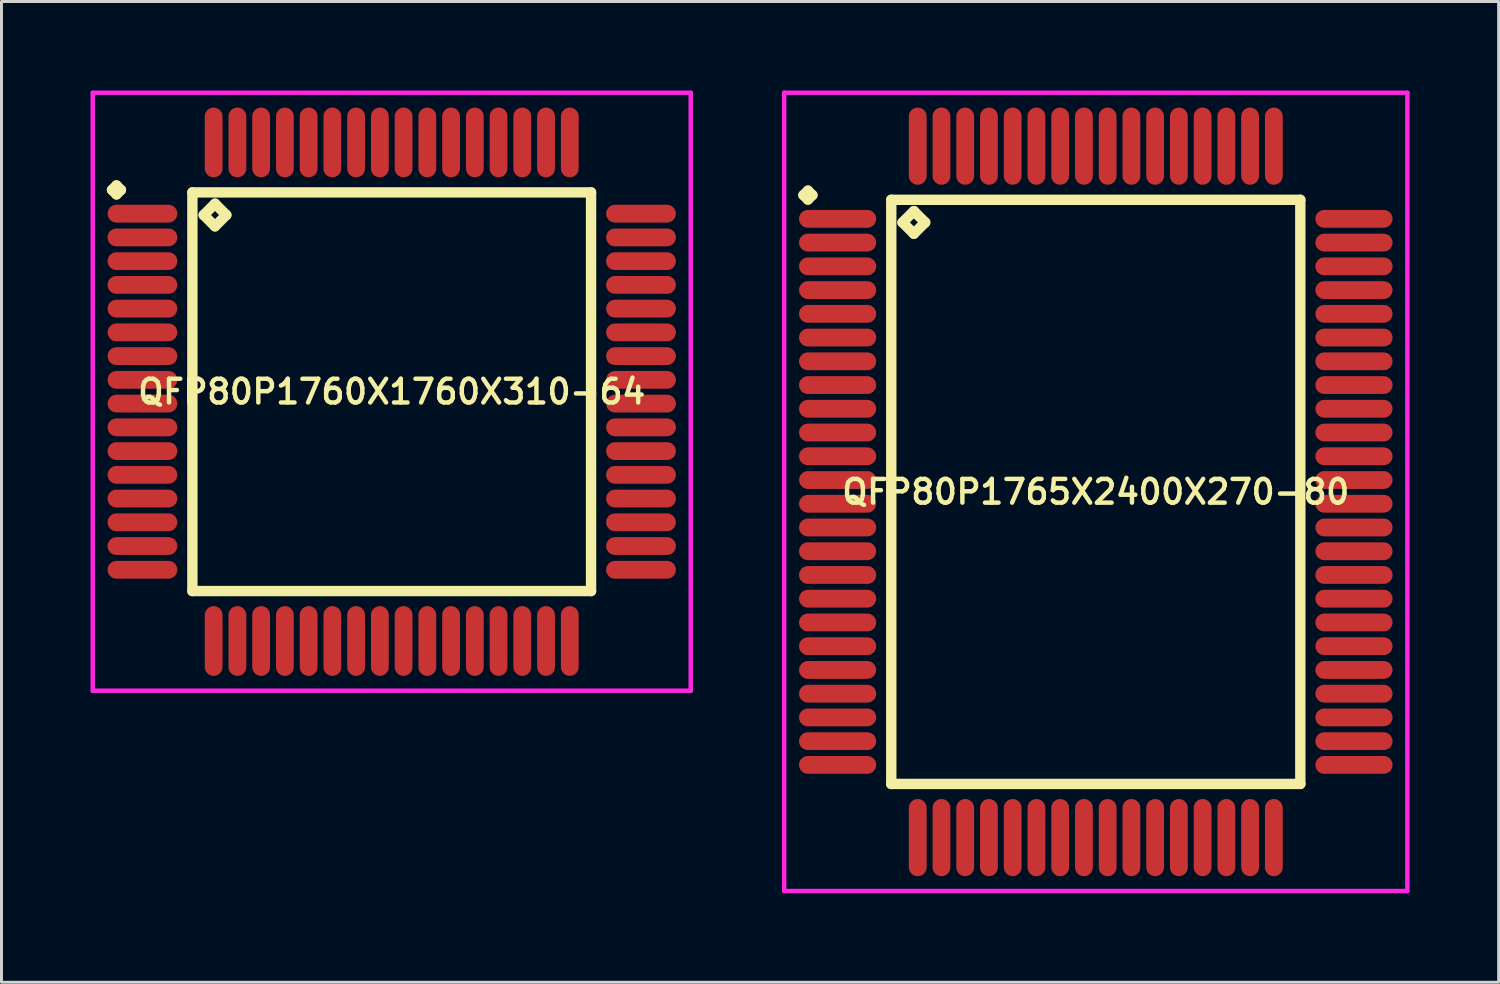
<source format=kicad_pcb>
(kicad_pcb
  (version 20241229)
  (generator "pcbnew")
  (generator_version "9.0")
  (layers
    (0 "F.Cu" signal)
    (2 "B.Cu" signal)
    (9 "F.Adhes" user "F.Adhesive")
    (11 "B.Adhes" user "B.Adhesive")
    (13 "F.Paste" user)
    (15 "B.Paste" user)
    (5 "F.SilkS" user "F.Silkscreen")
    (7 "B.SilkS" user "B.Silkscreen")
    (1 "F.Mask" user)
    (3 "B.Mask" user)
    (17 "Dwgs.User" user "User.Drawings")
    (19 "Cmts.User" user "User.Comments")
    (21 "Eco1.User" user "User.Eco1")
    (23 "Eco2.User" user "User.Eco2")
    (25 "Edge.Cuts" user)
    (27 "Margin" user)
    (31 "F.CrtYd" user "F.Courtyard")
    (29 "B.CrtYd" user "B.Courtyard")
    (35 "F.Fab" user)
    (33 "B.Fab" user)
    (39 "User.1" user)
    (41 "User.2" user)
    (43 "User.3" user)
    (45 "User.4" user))
  (footprint "QFP80P1765X2400X270-80"
    (layer "F.Cu")
    (at 33.875 13.525)
    (property "Reference" "QFP80P1765X2400X270-80" (at 0 0 0) (layer "F.SilkS") (effects (font (size 0.8 0.8) (thickness 0.15))))
    (attr smd)
    (fp_line (start -9.85 -10) (end -9.7 -10.15) (stroke (width 0.35) (type solid)) (layer "F.SilkS"))
    (fp_line (start -9.7 -10.15) (end -9.55 -10) (stroke (width 0.35) (type solid)) (layer "F.SilkS"))
    (fp_line (start -9.7 -9.85) (end -9.85 -10) (stroke (width 0.35) (type solid)) (layer "F.SilkS"))
    (fp_line (start -9.55 -10) (end -9.7 -9.85) (stroke (width 0.35) (type solid)) (layer "F.SilkS"))
    (fp_line (start -6.892 -9.842) (end -6.892 9.842) (stroke (width 0.35) (type solid)) (layer "F.SilkS"))
    (fp_line (start -6.892 9.842) (end 6.892 9.842) (stroke (width 0.35) (type solid)) (layer "F.SilkS"))
    (fp_line (start -6.511 -9.08) (end -6.13 -9.461) (stroke (width 0.35) (type solid)) (layer "F.SilkS"))
    (fp_line (start -6.13 -9.461) (end -5.749 -9.08) (stroke (width 0.35) (type solid)) (layer "F.SilkS"))
    (fp_line (start -6.13 -8.699) (end -6.511 -9.08) (stroke (width 0.35) (type solid)) (layer "F.SilkS"))
    (fp_line (start -5.749 -9.08) (end -6.13 -8.699) (stroke (width 0.35) (type solid)) (layer "F.SilkS"))
    (fp_line (start 6.892 -9.842) (end -6.892 -9.842) (stroke (width 0.35) (type solid)) (layer "F.SilkS"))
    (fp_line (start 6.892 9.842) (end 6.892 -9.842) (stroke (width 0.35) (type solid)) (layer "F.SilkS"))
    (fp_line (start -10.5 -13.45) (end 10.5 -13.45) (stroke (width 0.15) (type solid)) (layer "F.CrtYd"))
    (fp_line (start -10.5 13.45) (end -10.5 -13.45) (stroke (width 0.15) (type solid)) (layer "F.CrtYd"))
    (fp_line (start 10.5 -13.45) (end 10.5 13.45) (stroke (width 0.15) (type solid)) (layer "F.CrtYd"))
    (fp_line (start 10.5 13.45) (end -10.5 13.45) (stroke (width 0.15) (type solid)) (layer "F.CrtYd"))
    (pad "1" smd oval (at -8.7 -9.2) (size 2.6 0.6) (layers "F.Cu" "F.Mask" "F.Paste"))
    (pad "2" smd oval (at -8.7 -8.4) (size 2.6 0.6) (layers "F.Cu" "F.Mask" "F.Paste"))
    (pad "3" smd oval (at -8.7 -7.6) (size 2.6 0.6) (layers "F.Cu" "F.Mask" "F.Paste"))
    (pad "4" smd oval (at -8.7 -6.8) (size 2.6 0.6) (layers "F.Cu" "F.Mask" "F.Paste"))
    (pad "5" smd oval (at -8.7 -6) (size 2.6 0.6) (layers "F.Cu" "F.Mask" "F.Paste"))
    (pad "6" smd oval (at -8.7 -5.2) (size 2.6 0.6) (layers "F.Cu" "F.Mask" "F.Paste"))
    (pad "7" smd oval (at -8.7 -4.4) (size 2.6 0.6) (layers "F.Cu" "F.Mask" "F.Paste"))
    (pad "8" smd oval (at -8.7 -3.6) (size 2.6 0.6) (layers "F.Cu" "F.Mask" "F.Paste"))
    (pad "9" smd oval (at -8.7 -2.8) (size 2.6 0.6) (layers "F.Cu" "F.Mask" "F.Paste"))
    (pad "10" smd oval (at -8.7 -2) (size 2.6 0.6) (layers "F.Cu" "F.Mask" "F.Paste"))
    (pad "11" smd oval (at -8.7 -1.2) (size 2.6 0.6) (layers "F.Cu" "F.Mask" "F.Paste"))
    (pad "12" smd oval (at -8.7 -0.4) (size 2.6 0.6) (layers "F.Cu" "F.Mask" "F.Paste"))
    (pad "13" smd oval (at -8.7 0.4) (size 2.6 0.6) (layers "F.Cu" "F.Mask" "F.Paste"))
    (pad "14" smd oval (at -8.7 1.2) (size 2.6 0.6) (layers "F.Cu" "F.Mask" "F.Paste"))
    (pad "15" smd oval (at -8.7 2) (size 2.6 0.6) (layers "F.Cu" "F.Mask" "F.Paste"))
    (pad "16" smd oval (at -8.7 2.8) (size 2.6 0.6) (layers "F.Cu" "F.Mask" "F.Paste"))
    (pad "17" smd oval (at -8.7 3.6) (size 2.6 0.6) (layers "F.Cu" "F.Mask" "F.Paste"))
    (pad "18" smd oval (at -8.7 4.4) (size 2.6 0.6) (layers "F.Cu" "F.Mask" "F.Paste"))
    (pad "19" smd oval (at -8.7 5.2) (size 2.6 0.6) (layers "F.Cu" "F.Mask" "F.Paste"))
    (pad "20" smd oval (at -8.7 6) (size 2.6 0.6) (layers "F.Cu" "F.Mask" "F.Paste"))
    (pad "21" smd oval (at -8.7 6.8) (size 2.6 0.6) (layers "F.Cu" "F.Mask" "F.Paste"))
    (pad "22" smd oval (at -8.7 7.6) (size 2.6 0.6) (layers "F.Cu" "F.Mask" "F.Paste"))
    (pad "23" smd oval (at -8.7 8.4) (size 2.6 0.6) (layers "F.Cu" "F.Mask" "F.Paste"))
    (pad "24" smd oval (at -8.7 9.2) (size 2.6 0.6) (layers "F.Cu" "F.Mask" "F.Paste"))
    (pad "25" smd oval (at -6 11.65) (size 0.6 2.6) (layers "F.Cu" "F.Mask" "F.Paste"))
    (pad "26" smd oval (at -5.2 11.65) (size 0.6 2.6) (layers "F.Cu" "F.Mask" "F.Paste"))
    (pad "27" smd oval (at -4.4 11.65) (size 0.6 2.6) (layers "F.Cu" "F.Mask" "F.Paste"))
    (pad "28" smd oval (at -3.6 11.65) (size 0.6 2.6) (layers "F.Cu" "F.Mask" "F.Paste"))
    (pad "29" smd oval (at -2.8 11.65) (size 0.6 2.6) (layers "F.Cu" "F.Mask" "F.Paste"))
    (pad "30" smd oval (at -2 11.65) (size 0.6 2.6) (layers "F.Cu" "F.Mask" "F.Paste"))
    (pad "31" smd oval (at -1.2 11.65) (size 0.6 2.6) (layers "F.Cu" "F.Mask" "F.Paste"))
    (pad "32" smd oval (at -0.4 11.65) (size 0.6 2.6) (layers "F.Cu" "F.Mask" "F.Paste"))
    (pad "33" smd oval (at 0.4 11.65) (size 0.6 2.6) (layers "F.Cu" "F.Mask" "F.Paste"))
    (pad "34" smd oval (at 1.2 11.65) (size 0.6 2.6) (layers "F.Cu" "F.Mask" "F.Paste"))
    (pad "35" smd oval (at 2 11.65) (size 0.6 2.6) (layers "F.Cu" "F.Mask" "F.Paste"))
    (pad "36" smd oval (at 2.8 11.65) (size 0.6 2.6) (layers "F.Cu" "F.Mask" "F.Paste"))
    (pad "37" smd oval (at 3.6 11.65) (size 0.6 2.6) (layers "F.Cu" "F.Mask" "F.Paste"))
    (pad "38" smd oval (at 4.4 11.65) (size 0.6 2.6) (layers "F.Cu" "F.Mask" "F.Paste"))
    (pad "39" smd oval (at 5.2 11.65) (size 0.6 2.6) (layers "F.Cu" "F.Mask" "F.Paste"))
    (pad "40" smd oval (at 6 11.65) (size 0.6 2.6) (layers "F.Cu" "F.Mask" "F.Paste"))
    (pad "41" smd oval (at 8.7 9.2) (size 2.6 0.6) (layers "F.Cu" "F.Mask" "F.Paste"))
    (pad "42" smd oval (at 8.7 8.4) (size 2.6 0.6) (layers "F.Cu" "F.Mask" "F.Paste"))
    (pad "43" smd oval (at 8.7 7.6) (size 2.6 0.6) (layers "F.Cu" "F.Mask" "F.Paste"))
    (pad "44" smd oval (at 8.7 6.8) (size 2.6 0.6) (layers "F.Cu" "F.Mask" "F.Paste"))
    (pad "45" smd oval (at 8.7 6) (size 2.6 0.6) (layers "F.Cu" "F.Mask" "F.Paste"))
    (pad "46" smd oval (at 8.7 5.2) (size 2.6 0.6) (layers "F.Cu" "F.Mask" "F.Paste"))
    (pad "47" smd oval (at 8.7 4.4) (size 2.6 0.6) (layers "F.Cu" "F.Mask" "F.Paste"))
    (pad "48" smd oval (at 8.7 3.6) (size 2.6 0.6) (layers "F.Cu" "F.Mask" "F.Paste"))
    (pad "49" smd oval (at 8.7 2.8) (size 2.6 0.6) (layers "F.Cu" "F.Mask" "F.Paste"))
    (pad "50" smd oval (at 8.7 2) (size 2.6 0.6) (layers "F.Cu" "F.Mask" "F.Paste"))
    (pad "51" smd oval (at 8.7 1.2) (size 2.6 0.6) (layers "F.Cu" "F.Mask" "F.Paste"))
    (pad "52" smd oval (at 8.7 0.4) (size 2.6 0.6) (layers "F.Cu" "F.Mask" "F.Paste"))
    (pad "53" smd oval (at 8.7 -0.4) (size 2.6 0.6) (layers "F.Cu" "F.Mask" "F.Paste"))
    (pad "54" smd oval (at 8.7 -1.2) (size 2.6 0.6) (layers "F.Cu" "F.Mask" "F.Paste"))
    (pad "55" smd oval (at 8.7 -2) (size 2.6 0.6) (layers "F.Cu" "F.Mask" "F.Paste"))
    (pad "56" smd oval (at 8.7 -2.8) (size 2.6 0.6) (layers "F.Cu" "F.Mask" "F.Paste"))
    (pad "57" smd oval (at 8.7 -3.6) (size 2.6 0.6) (layers "F.Cu" "F.Mask" "F.Paste"))
    (pad "58" smd oval (at 8.7 -4.4) (size 2.6 0.6) (layers "F.Cu" "F.Mask" "F.Paste"))
    (pad "59" smd oval (at 8.7 -5.2) (size 2.6 0.6) (layers "F.Cu" "F.Mask" "F.Paste"))
    (pad "60" smd oval (at 8.7 -6) (size 2.6 0.6) (layers "F.Cu" "F.Mask" "F.Paste"))
    (pad "61" smd oval (at 8.7 -6.8) (size 2.6 0.6) (layers "F.Cu" "F.Mask" "F.Paste"))
    (pad "62" smd oval (at 8.7 -7.6) (size 2.6 0.6) (layers "F.Cu" "F.Mask" "F.Paste"))
    (pad "63" smd oval (at 8.7 -8.4) (size 2.6 0.6) (layers "F.Cu" "F.Mask" "F.Paste"))
    (pad "64" smd oval (at 8.7 -9.2) (size 2.6 0.6) (layers "F.Cu" "F.Mask" "F.Paste"))
    (pad "65" smd oval (at 6 -11.65) (size 0.6 2.6) (layers "F.Cu" "F.Mask" "F.Paste"))
    (pad "66" smd oval (at 5.2 -11.65) (size 0.6 2.6) (layers "F.Cu" "F.Mask" "F.Paste"))
    (pad "67" smd oval (at 4.4 -11.65) (size 0.6 2.6) (layers "F.Cu" "F.Mask" "F.Paste"))
    (pad "68" smd oval (at 3.6 -11.65) (size 0.6 2.6) (layers "F.Cu" "F.Mask" "F.Paste"))
    (pad "69" smd oval (at 2.8 -11.65) (size 0.6 2.6) (layers "F.Cu" "F.Mask" "F.Paste"))
    (pad "70" smd oval (at 2 -11.65) (size 0.6 2.6) (layers "F.Cu" "F.Mask" "F.Paste"))
    (pad "71" smd oval (at 1.2 -11.65) (size 0.6 2.6) (layers "F.Cu" "F.Mask" "F.Paste"))
    (pad "72" smd oval (at 0.4 -11.65) (size 0.6 2.6) (layers "F.Cu" "F.Mask" "F.Paste"))
    (pad "73" smd oval (at -0.4 -11.65) (size 0.6 2.6) (layers "F.Cu" "F.Mask" "F.Paste"))
    (pad "74" smd oval (at -1.2 -11.65) (size 0.6 2.6) (layers "F.Cu" "F.Mask" "F.Paste"))
    (pad "75" smd oval (at -2 -11.65) (size 0.6 2.6) (layers "F.Cu" "F.Mask" "F.Paste"))
    (pad "76" smd oval (at -2.8 -11.65) (size 0.6 2.6) (layers "F.Cu" "F.Mask" "F.Paste"))
    (pad "77" smd oval (at -3.6 -11.65) (size 0.6 2.6) (layers "F.Cu" "F.Mask" "F.Paste"))
    (pad "78" smd oval (at -4.4 -11.65) (size 0.6 2.6) (layers "F.Cu" "F.Mask" "F.Paste"))
    (pad "79" smd oval (at -5.2 -11.65) (size 0.6 2.6) (layers "F.Cu" "F.Mask" "F.Paste"))
    (pad "80" smd oval (at -6 -11.65) (size 0.6 2.6) (layers "F.Cu" "F.Mask" "F.Paste")))
  (footprint "QFP80P1760X1760X310-64"
    (layer "F.Cu")
    (at 10.15 10.15)
    (property "Reference" "QFP80P1760X1760X310-64" (at 0 0 0) (layer "F.SilkS") (effects (font (size 0.8 0.8) (thickness 0.15))))
    (attr smd)
    (fp_line (start -9.425 -6.8) (end -9.275 -6.95) (stroke (width 0.35) (type solid)) (layer "F.SilkS"))
    (fp_line (start -9.275 -6.95) (end -9.125 -6.8) (stroke (width 0.35) (type solid)) (layer "F.SilkS"))
    (fp_line (start -9.275 -6.65) (end -9.425 -6.8) (stroke (width 0.35) (type solid)) (layer "F.SilkS"))
    (fp_line (start -9.125 -6.8) (end -9.275 -6.65) (stroke (width 0.35) (type solid)) (layer "F.SilkS"))
    (fp_line (start -6.717 -6.717) (end -6.717 6.717) (stroke (width 0.35) (type solid)) (layer "F.SilkS"))
    (fp_line (start -6.717 6.717) (end 6.717 6.717) (stroke (width 0.35) (type solid)) (layer "F.SilkS"))
    (fp_line (start -6.336 -5.955) (end -5.955 -6.336) (stroke (width 0.35) (type solid)) (layer "F.SilkS"))
    (fp_line (start -5.955 -6.336) (end -5.574 -5.955) (stroke (width 0.35) (type solid)) (layer "F.SilkS"))
    (fp_line (start -5.955 -5.574) (end -6.336 -5.955) (stroke (width 0.35) (type solid)) (layer "F.SilkS"))
    (fp_line (start -5.574 -5.955) (end -5.955 -5.574) (stroke (width 0.35) (type solid)) (layer "F.SilkS"))
    (fp_line (start 6.717 -6.717) (end -6.717 -6.717) (stroke (width 0.35) (type solid)) (layer "F.SilkS"))
    (fp_line (start 6.717 6.717) (end 6.717 -6.717) (stroke (width 0.35) (type solid)) (layer "F.SilkS"))
    (fp_line (start -10.075 -10.075) (end 10.075 -10.075) (stroke (width 0.15) (type solid)) (layer "F.CrtYd"))
    (fp_line (start -10.075 10.075) (end -10.075 -10.075) (stroke (width 0.15) (type solid)) (layer "F.CrtYd"))
    (fp_line (start 10.075 -10.075) (end 10.075 10.075) (stroke (width 0.15) (type solid)) (layer "F.CrtYd"))
    (fp_line (start 10.075 10.075) (end -10.075 10.075) (stroke (width 0.15) (type solid)) (layer "F.CrtYd"))
    (pad "1" smd oval (at -8.4 -6) (size 2.35 0.6) (layers "F.Cu" "F.Mask" "F.Paste"))
    (pad "2" smd oval (at -8.4 -5.2) (size 2.35 0.6) (layers "F.Cu" "F.Mask" "F.Paste"))
    (pad "3" smd oval (at -8.4 -4.4) (size 2.35 0.6) (layers "F.Cu" "F.Mask" "F.Paste"))
    (pad "4" smd oval (at -8.4 -3.6) (size 2.35 0.6) (layers "F.Cu" "F.Mask" "F.Paste"))
    (pad "5" smd oval (at -8.4 -2.8) (size 2.35 0.6) (layers "F.Cu" "F.Mask" "F.Paste"))
    (pad "6" smd oval (at -8.4 -2) (size 2.35 0.6) (layers "F.Cu" "F.Mask" "F.Paste"))
    (pad "7" smd oval (at -8.4 -1.2) (size 2.35 0.6) (layers "F.Cu" "F.Mask" "F.Paste"))
    (pad "8" smd oval (at -8.4 -0.4) (size 2.35 0.6) (layers "F.Cu" "F.Mask" "F.Paste"))
    (pad "9" smd oval (at -8.4 0.4) (size 2.35 0.6) (layers "F.Cu" "F.Mask" "F.Paste"))
    (pad "10" smd oval (at -8.4 1.2) (size 2.35 0.6) (layers "F.Cu" "F.Mask" "F.Paste"))
    (pad "11" smd oval (at -8.4 2) (size 2.35 0.6) (layers "F.Cu" "F.Mask" "F.Paste"))
    (pad "12" smd oval (at -8.4 2.8) (size 2.35 0.6) (layers "F.Cu" "F.Mask" "F.Paste"))
    (pad "13" smd oval (at -8.4 3.6) (size 2.35 0.6) (layers "F.Cu" "F.Mask" "F.Paste"))
    (pad "14" smd oval (at -8.4 4.4) (size 2.35 0.6) (layers "F.Cu" "F.Mask" "F.Paste"))
    (pad "15" smd oval (at -8.4 5.2) (size 2.35 0.6) (layers "F.Cu" "F.Mask" "F.Paste"))
    (pad "16" smd oval (at -8.4 6) (size 2.35 0.6) (layers "F.Cu" "F.Mask" "F.Paste"))
    (pad "17" smd oval (at -6 8.4) (size 0.6 2.35) (layers "F.Cu" "F.Mask" "F.Paste"))
    (pad "18" smd oval (at -5.2 8.4) (size 0.6 2.35) (layers "F.Cu" "F.Mask" "F.Paste"))
    (pad "19" smd oval (at -4.4 8.4) (size 0.6 2.35) (layers "F.Cu" "F.Mask" "F.Paste"))
    (pad "20" smd oval (at -3.6 8.4) (size 0.6 2.35) (layers "F.Cu" "F.Mask" "F.Paste"))
    (pad "21" smd oval (at -2.8 8.4) (size 0.6 2.35) (layers "F.Cu" "F.Mask" "F.Paste"))
    (pad "22" smd oval (at -2 8.4) (size 0.6 2.35) (layers "F.Cu" "F.Mask" "F.Paste"))
    (pad "23" smd oval (at -1.2 8.4) (size 0.6 2.35) (layers "F.Cu" "F.Mask" "F.Paste"))
    (pad "24" smd oval (at -0.4 8.4) (size 0.6 2.35) (layers "F.Cu" "F.Mask" "F.Paste"))
    (pad "25" smd oval (at 0.4 8.4) (size 0.6 2.35) (layers "F.Cu" "F.Mask" "F.Paste"))
    (pad "26" smd oval (at 1.2 8.4) (size 0.6 2.35) (layers "F.Cu" "F.Mask" "F.Paste"))
    (pad "27" smd oval (at 2 8.4) (size 0.6 2.35) (layers "F.Cu" "F.Mask" "F.Paste"))
    (pad "28" smd oval (at 2.8 8.4) (size 0.6 2.35) (layers "F.Cu" "F.Mask" "F.Paste"))
    (pad "29" smd oval (at 3.6 8.4) (size 0.6 2.35) (layers "F.Cu" "F.Mask" "F.Paste"))
    (pad "30" smd oval (at 4.4 8.4) (size 0.6 2.35) (layers "F.Cu" "F.Mask" "F.Paste"))
    (pad "31" smd oval (at 5.2 8.4) (size 0.6 2.35) (layers "F.Cu" "F.Mask" "F.Paste"))
    (pad "32" smd oval (at 6 8.4) (size 0.6 2.35) (layers "F.Cu" "F.Mask" "F.Paste"))
    (pad "33" smd oval (at 8.4 6) (size 2.35 0.6) (layers "F.Cu" "F.Mask" "F.Paste"))
    (pad "34" smd oval (at 8.4 5.2) (size 2.35 0.6) (layers "F.Cu" "F.Mask" "F.Paste"))
    (pad "35" smd oval (at 8.4 4.4) (size 2.35 0.6) (layers "F.Cu" "F.Mask" "F.Paste"))
    (pad "36" smd oval (at 8.4 3.6) (size 2.35 0.6) (layers "F.Cu" "F.Mask" "F.Paste"))
    (pad "37" smd oval (at 8.4 2.8) (size 2.35 0.6) (layers "F.Cu" "F.Mask" "F.Paste"))
    (pad "38" smd oval (at 8.4 2) (size 2.35 0.6) (layers "F.Cu" "F.Mask" "F.Paste"))
    (pad "39" smd oval (at 8.4 1.2) (size 2.35 0.6) (layers "F.Cu" "F.Mask" "F.Paste"))
    (pad "40" smd oval (at 8.4 0.4) (size 2.35 0.6) (layers "F.Cu" "F.Mask" "F.Paste"))
    (pad "41" smd oval (at 8.4 -0.4) (size 2.35 0.6) (layers "F.Cu" "F.Mask" "F.Paste"))
    (pad "42" smd oval (at 8.4 -1.2) (size 2.35 0.6) (layers "F.Cu" "F.Mask" "F.Paste"))
    (pad "43" smd oval (at 8.4 -2) (size 2.35 0.6) (layers "F.Cu" "F.Mask" "F.Paste"))
    (pad "44" smd oval (at 8.4 -2.8) (size 2.35 0.6) (layers "F.Cu" "F.Mask" "F.Paste"))
    (pad "45" smd oval (at 8.4 -3.6) (size 2.35 0.6) (layers "F.Cu" "F.Mask" "F.Paste"))
    (pad "46" smd oval (at 8.4 -4.4) (size 2.35 0.6) (layers "F.Cu" "F.Mask" "F.Paste"))
    (pad "47" smd oval (at 8.4 -5.2) (size 2.35 0.6) (layers "F.Cu" "F.Mask" "F.Paste"))
    (pad "48" smd oval (at 8.4 -6) (size 2.35 0.6) (layers "F.Cu" "F.Mask" "F.Paste"))
    (pad "49" smd oval (at 6 -8.4) (size 0.6 2.35) (layers "F.Cu" "F.Mask" "F.Paste"))
    (pad "50" smd oval (at 5.2 -8.4) (size 0.6 2.35) (layers "F.Cu" "F.Mask" "F.Paste"))
    (pad "51" smd oval (at 4.4 -8.4) (size 0.6 2.35) (layers "F.Cu" "F.Mask" "F.Paste"))
    (pad "52" smd oval (at 3.6 -8.4) (size 0.6 2.35) (layers "F.Cu" "F.Mask" "F.Paste"))
    (pad "53" smd oval (at 2.8 -8.4) (size 0.6 2.35) (layers "F.Cu" "F.Mask" "F.Paste"))
    (pad "54" smd oval (at 2 -8.4) (size 0.6 2.35) (layers "F.Cu" "F.Mask" "F.Paste"))
    (pad "55" smd oval (at 1.2 -8.4) (size 0.6 2.35) (layers "F.Cu" "F.Mask" "F.Paste"))
    (pad "56" smd oval (at 0.4 -8.4) (size 0.6 2.35) (layers "F.Cu" "F.Mask" "F.Paste"))
    (pad "57" smd oval (at -0.4 -8.4) (size 0.6 2.35) (layers "F.Cu" "F.Mask" "F.Paste"))
    (pad "58" smd oval (at -1.2 -8.4) (size 0.6 2.35) (layers "F.Cu" "F.Mask" "F.Paste"))
    (pad "59" smd oval (at -2 -8.4) (size 0.6 2.35) (layers "F.Cu" "F.Mask" "F.Paste"))
    (pad "60" smd oval (at -2.8 -8.4) (size 0.6 2.35) (layers "F.Cu" "F.Mask" "F.Paste"))
    (pad "61" smd oval (at -3.6 -8.4) (size 0.6 2.35) (layers "F.Cu" "F.Mask" "F.Paste"))
    (pad "62" smd oval (at -4.4 -8.4) (size 0.6 2.35) (layers "F.Cu" "F.Mask" "F.Paste"))
    (pad "63" smd oval (at -5.2 -8.4) (size 0.6 2.35) (layers "F.Cu" "F.Mask" "F.Paste"))
    (pad "64" smd oval (at -6 -8.4) (size 0.6 2.35) (layers "F.Cu" "F.Mask" "F.Paste")))
  (gr_rect
    (start -3 -3)
    (end 47.45 30.05)
    (stroke (width 0.1) (type default))
    (fill no)
    (layer "Edge.Cuts")))
</source>
